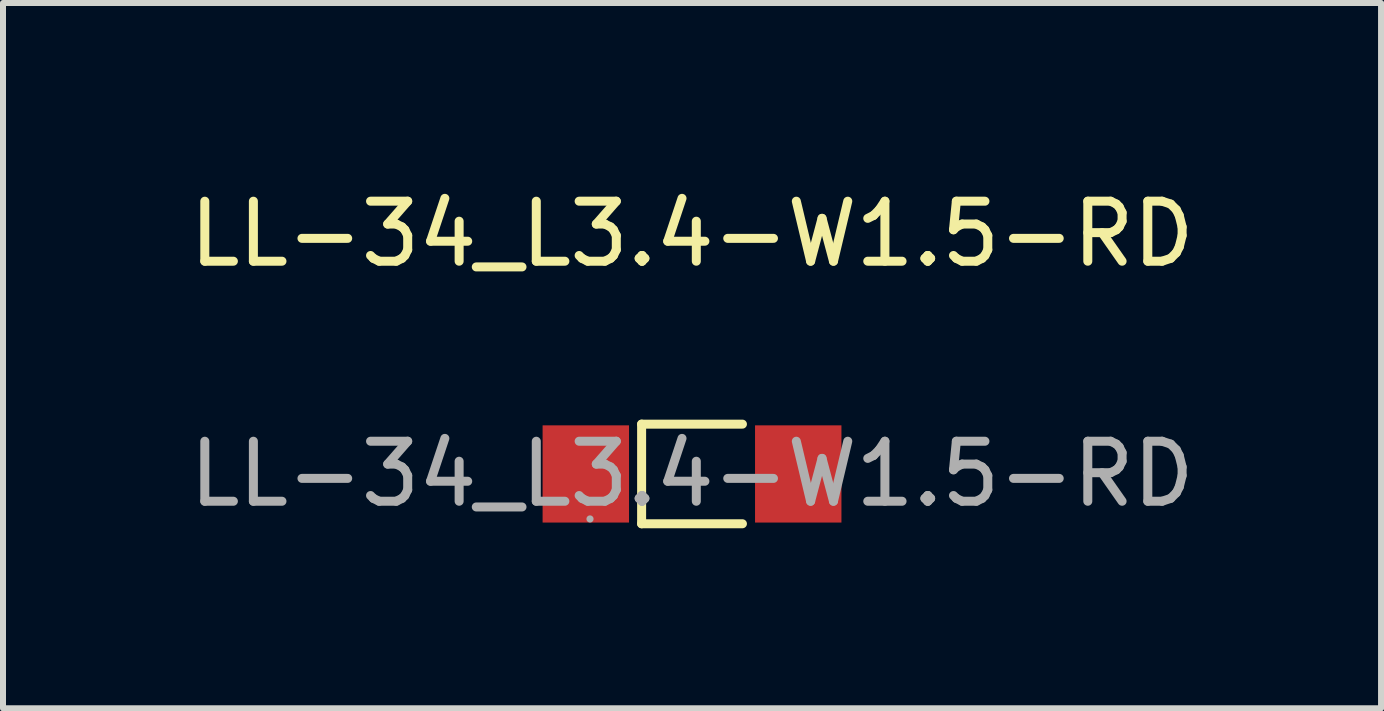
<source format=kicad_pcb>
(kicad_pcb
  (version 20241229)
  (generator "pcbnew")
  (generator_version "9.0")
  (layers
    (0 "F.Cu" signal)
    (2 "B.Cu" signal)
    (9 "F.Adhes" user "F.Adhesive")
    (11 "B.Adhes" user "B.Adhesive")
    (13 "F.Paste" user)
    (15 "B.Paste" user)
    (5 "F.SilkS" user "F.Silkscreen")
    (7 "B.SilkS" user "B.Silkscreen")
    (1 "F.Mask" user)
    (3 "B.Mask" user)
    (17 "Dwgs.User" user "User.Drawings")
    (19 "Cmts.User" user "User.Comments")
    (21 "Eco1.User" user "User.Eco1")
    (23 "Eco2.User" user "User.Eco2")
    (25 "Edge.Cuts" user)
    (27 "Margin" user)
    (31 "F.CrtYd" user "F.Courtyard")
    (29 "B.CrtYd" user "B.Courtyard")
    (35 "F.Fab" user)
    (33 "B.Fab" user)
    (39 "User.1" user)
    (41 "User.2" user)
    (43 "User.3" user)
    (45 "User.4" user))
  (footprint "LL-34_L3.4-W1.5-RD"
    (layer "F.Cu")
    (at 8.482 4.848)
    (property "Reference" "LL-34_L3.4-W1.5-RD" (at 0 -4 0) (layer "F.SilkS") (effects (font (size 1 1) (thickness 0.15))))
    (attr smd)
    (fp_line (start -0.84 -0.83) (end -0.84 0.83) (stroke (width 0.15) (type solid)) (layer "F.SilkS"))
    (fp_line (start -0.84 -0.83) (end 0.84 -0.83) (stroke (width 0.15) (type solid)) (layer "F.SilkS"))
    (fp_line (start -0.84 0.83) (end 0.84 0.83) (stroke (width 0.15) (type solid)) (layer "F.SilkS"))
    (fp_circle (center -1.7 0.75) (end -1.67 0.75) (stroke (width 0.06) (type solid)) (fill no) (layer "F.Fab"))
    (fp_text user "${REFERENCE}" (at 0 0 0) (layer "F.Fab") (effects (font (size 1 1) (thickness 0.15))))
    (pad "1" smd rect (at -1.77 0) (size 1.44 1.62) (layers "F.Cu" "F.Mask" "F.Paste"))
    (pad "2" smd rect (at 1.77 0) (size 1.44 1.62) (layers "F.Cu" "F.Mask" "F.Paste")))
  (gr_rect
    (start -3 -3)
    (end 19.964 8.753)
    (stroke (width 0.1) (type default))
    (fill no)
    (layer "Edge.Cuts")))
</source>
